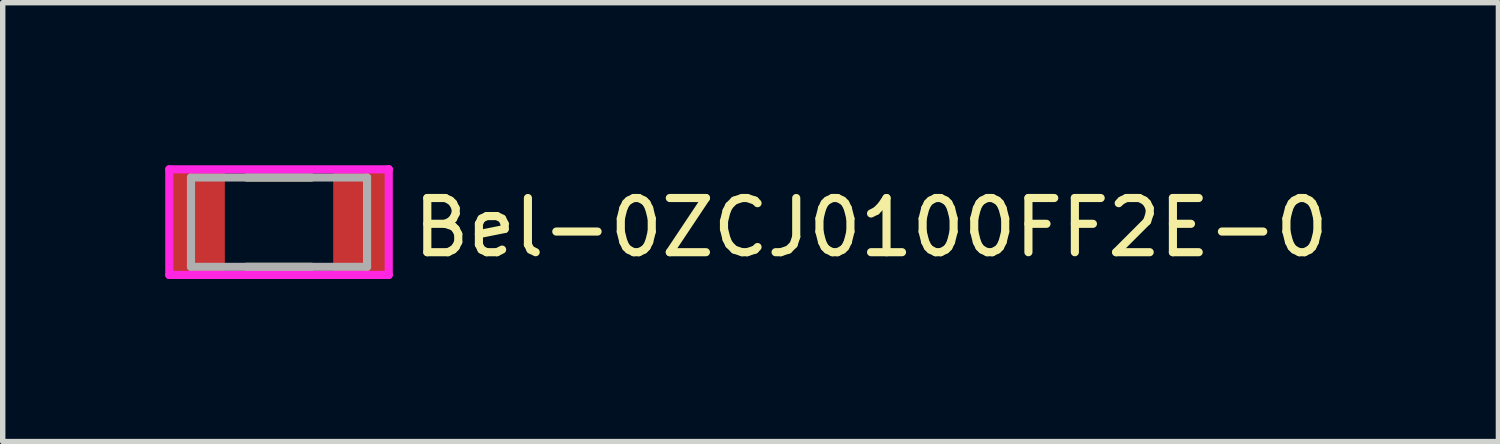
<source format=kicad_pcb>
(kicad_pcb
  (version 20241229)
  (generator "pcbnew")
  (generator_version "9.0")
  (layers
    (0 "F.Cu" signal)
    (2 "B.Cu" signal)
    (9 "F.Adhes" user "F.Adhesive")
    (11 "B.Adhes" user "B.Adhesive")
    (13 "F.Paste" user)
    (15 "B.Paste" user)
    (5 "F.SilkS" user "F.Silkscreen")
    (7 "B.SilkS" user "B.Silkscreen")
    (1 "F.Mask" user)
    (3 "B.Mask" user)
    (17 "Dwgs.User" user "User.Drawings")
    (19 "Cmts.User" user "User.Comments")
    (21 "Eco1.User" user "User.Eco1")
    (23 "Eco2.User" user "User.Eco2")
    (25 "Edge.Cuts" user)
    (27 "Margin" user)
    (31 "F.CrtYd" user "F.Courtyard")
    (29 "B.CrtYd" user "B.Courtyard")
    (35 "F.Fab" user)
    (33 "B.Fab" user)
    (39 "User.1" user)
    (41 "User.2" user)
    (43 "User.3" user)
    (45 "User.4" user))
  (footprint "Bel-0ZCJ0100FF2E-0"
    (layer "F.Cu")
    (at 2.1 1.05)
    (property "Reference" "Bel-0ZCJ0100FF2E-0" (at 2.4 0.1 0) (layer "F.SilkS") (effects (font (size 1 1) (thickness 0.15)) (justify left)))
    (attr through_hole)
    (fp_line (start -0.6 -0.825) (end 0.6 -0.825) (stroke (width 0.15) (type solid)) (layer "F.SilkS"))
    (fp_line (start 0.6 0.825) (end -0.6 0.825) (stroke (width 0.15) (type solid)) (layer "F.SilkS"))
    (fp_line (start -2.025 -0.975) (end -2.025 0.975) (stroke (width 0.15) (type solid)) (layer "F.CrtYd"))
    (fp_line (start -2.025 0.975) (end 2.025 0.975) (stroke (width 0.15) (type solid)) (layer "F.CrtYd"))
    (fp_line (start 2.025 -0.975) (end -2.025 -0.975) (stroke (width 0.15) (type solid)) (layer "F.CrtYd"))
    (fp_line (start 2.025 -0.975) (end 2.025 -0.975) (stroke (width 0.15) (type solid)) (layer "F.CrtYd"))
    (fp_line (start 2.025 0.975) (end 2.025 -0.975) (stroke (width 0.15) (type solid)) (layer "F.CrtYd"))
    (fp_line (start -1.625 -0.825) (end 1.625 -0.825) (stroke (width 0.15) (type solid)) (layer "F.Fab"))
    (fp_line (start -1.625 0.825) (end -1.625 -0.825) (stroke (width 0.15) (type solid)) (layer "F.Fab"))
    (fp_line (start 1.625 -0.825) (end 1.625 0.825) (stroke (width 0.15) (type solid)) (layer "F.Fab"))
    (fp_line (start 1.625 0.825) (end -1.625 0.825) (stroke (width 0.15) (type solid)) (layer "F.Fab"))
    (pad "1" smd rect (at -1.5 0) (size 1 1.9) (layers "F.Cu" "F.Mask" "F.Paste"))
    (pad "2" smd rect (at 1.5 0) (size 1 1.9) (layers "F.Cu" "F.Mask" "F.Paste")))
  (gr_rect
    (start -3 -3)
    (end 24.607 5.1)
    (stroke (width 0.1) (type default))
    (fill no)
    (layer "Edge.Cuts")))
</source>
